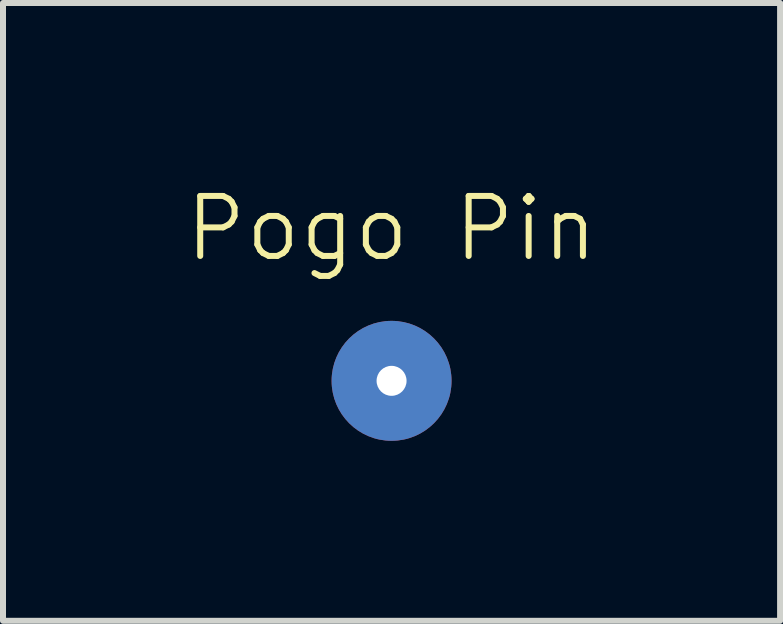
<source format=kicad_pcb>
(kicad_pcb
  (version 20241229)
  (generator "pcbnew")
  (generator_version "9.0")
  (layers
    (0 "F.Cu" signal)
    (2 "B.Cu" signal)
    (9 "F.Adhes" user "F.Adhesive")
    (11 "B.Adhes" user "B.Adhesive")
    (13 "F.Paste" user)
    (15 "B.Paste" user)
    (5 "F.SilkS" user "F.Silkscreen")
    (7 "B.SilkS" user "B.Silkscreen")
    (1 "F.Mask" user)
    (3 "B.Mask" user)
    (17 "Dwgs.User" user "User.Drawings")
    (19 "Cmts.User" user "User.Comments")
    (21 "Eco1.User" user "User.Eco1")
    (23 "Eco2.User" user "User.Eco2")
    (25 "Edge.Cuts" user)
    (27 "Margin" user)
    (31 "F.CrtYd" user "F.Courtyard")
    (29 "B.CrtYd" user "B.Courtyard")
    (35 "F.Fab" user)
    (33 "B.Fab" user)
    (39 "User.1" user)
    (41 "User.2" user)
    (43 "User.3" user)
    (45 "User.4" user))
  (footprint "Pogo Pin"
    (layer "F.Cu")
    (at 3.479 3.3)
    (property "Reference" "Pogo Pin" (at 0 -2.54 0) (unlocked yes) (layer "F.SilkS") (effects (font (size 1 1) (thickness 0.1))))
    (attr smd)
    (pad "1" thru_hole circle (at 0 0) (size 2 2) (drill 0.5) (layers "*.Cu" "*.Mask")))
  (gr_rect
    (start -3 -3)
    (end 9.957 7.301)
    (stroke (width 0.1) (type default))
    (fill no)
    (layer "Edge.Cuts")))
</source>
